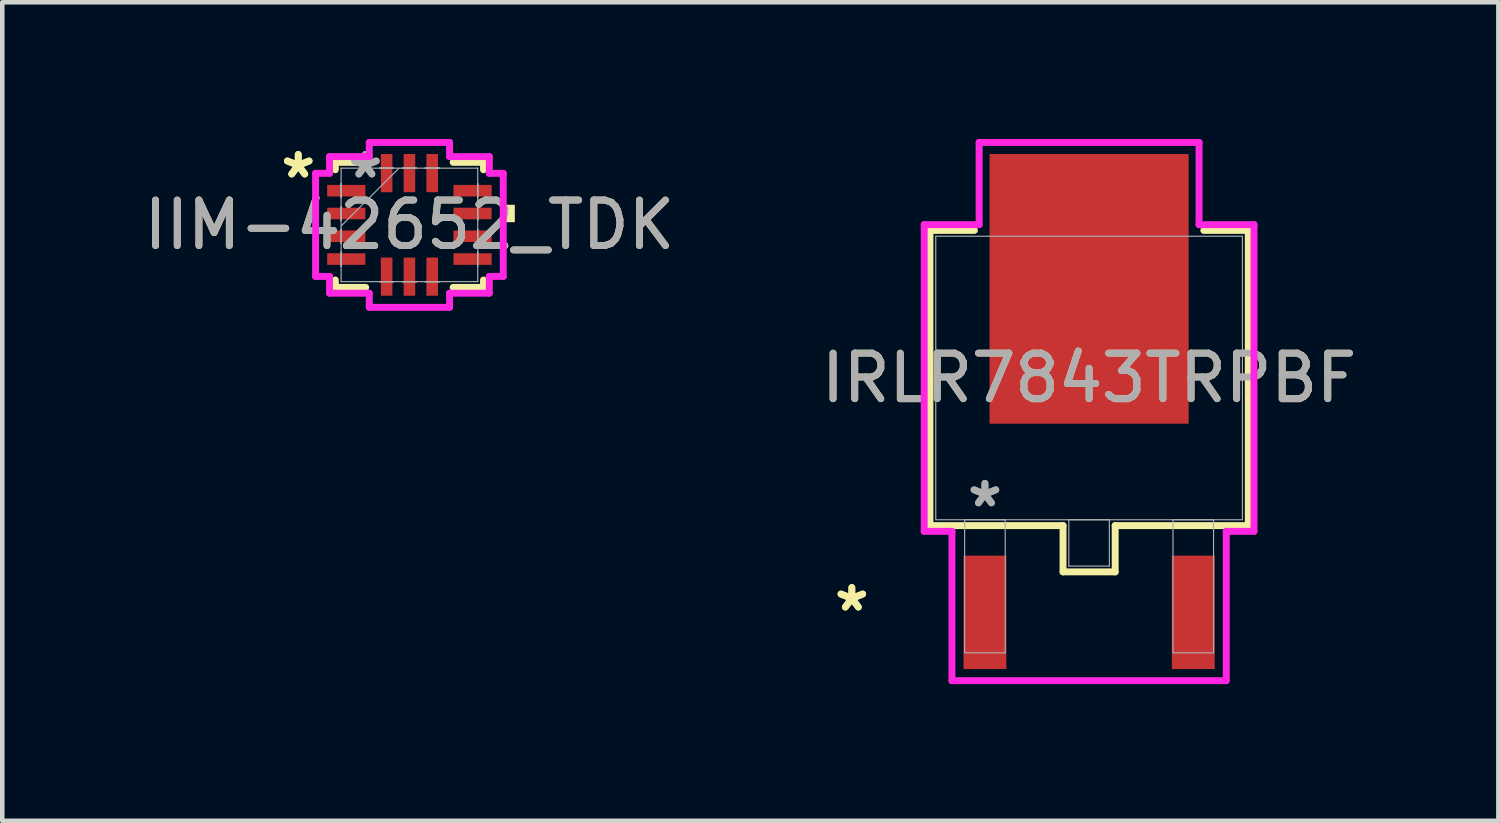
<source format=kicad_pcb>
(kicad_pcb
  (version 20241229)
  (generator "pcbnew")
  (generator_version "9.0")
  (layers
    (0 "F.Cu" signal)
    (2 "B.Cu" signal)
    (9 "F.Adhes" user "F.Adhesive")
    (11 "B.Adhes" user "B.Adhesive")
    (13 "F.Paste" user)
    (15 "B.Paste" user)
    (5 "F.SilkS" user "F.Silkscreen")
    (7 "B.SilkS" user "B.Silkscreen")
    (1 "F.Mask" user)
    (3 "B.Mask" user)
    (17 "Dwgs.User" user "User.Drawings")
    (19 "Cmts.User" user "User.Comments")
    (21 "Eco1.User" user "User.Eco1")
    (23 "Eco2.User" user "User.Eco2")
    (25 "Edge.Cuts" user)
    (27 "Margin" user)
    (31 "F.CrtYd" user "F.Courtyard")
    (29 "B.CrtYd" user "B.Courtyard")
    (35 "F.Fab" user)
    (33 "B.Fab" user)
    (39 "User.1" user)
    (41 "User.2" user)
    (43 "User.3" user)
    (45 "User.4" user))
  (footprint "IIM-42652_TDK"
    (layer "F.Cu")
    (at 5.935 1.885)
    (property "Reference" "IIM-42652_TDK" (at 0 0 0) (unlocked yes) (layer "F.SilkS") (effects (font (size 1 1) (thickness 0.15))))
    (attr smd)
    (fp_line (start -1.626 -1.372) (end -1.626 -1.21) (stroke (width 0.152) (type solid)) (layer "F.SilkS"))
    (fp_line (start -1.626 1.21) (end -1.626 1.372) (stroke (width 0.152) (type solid)) (layer "F.SilkS"))
    (fp_line (start -1.626 1.372) (end -0.96 1.372) (stroke (width 0.152) (type solid)) (layer "F.SilkS"))
    (fp_line (start -0.96 -1.372) (end -1.626 -1.372) (stroke (width 0.152) (type solid)) (layer "F.SilkS"))
    (fp_line (start 0.96 1.372) (end 1.626 1.372) (stroke (width 0.152) (type solid)) (layer "F.SilkS"))
    (fp_line (start 1.626 -1.372) (end 0.96 -1.372) (stroke (width 0.152) (type solid)) (layer "F.SilkS"))
    (fp_line (start 1.626 -1.21) (end 1.626 -1.372) (stroke (width 0.152) (type solid)) (layer "F.SilkS"))
    (fp_line (start 1.626 1.372) (end 1.626 1.21) (stroke (width 0.152) (type solid)) (layer "F.SilkS"))
    (fp_poly (pts (xy 2.313 -0.441) (xy 2.313 -0.059) (xy 2.059 -0.059) (xy 2.059 -0.441)) (stroke (width 0) (type solid)) (fill yes) (layer "F.SilkS"))
    (fp_line (start -2.059 -1.131) (end -1.753 -1.131) (stroke (width 0.152) (type solid)) (layer "F.CrtYd"))
    (fp_line (start -2.059 1.131) (end -2.059 -1.131) (stroke (width 0.152) (type solid)) (layer "F.CrtYd"))
    (fp_line (start -1.753 -1.499) (end -0.881 -1.499) (stroke (width 0.152) (type solid)) (layer "F.CrtYd"))
    (fp_line (start -1.753 -1.131) (end -1.753 -1.499) (stroke (width 0.152) (type solid)) (layer "F.CrtYd"))
    (fp_line (start -1.753 1.131) (end -2.059 1.131) (stroke (width 0.152) (type solid)) (layer "F.CrtYd"))
    (fp_line (start -1.753 1.499) (end -1.753 1.131) (stroke (width 0.152) (type solid)) (layer "F.CrtYd"))
    (fp_line (start -0.881 -1.809) (end 0.881 -1.809) (stroke (width 0.152) (type solid)) (layer "F.CrtYd"))
    (fp_line (start -0.881 -1.499) (end -0.881 -1.809) (stroke (width 0.152) (type solid)) (layer "F.CrtYd"))
    (fp_line (start -0.881 1.499) (end -1.753 1.499) (stroke (width 0.152) (type solid)) (layer "F.CrtYd"))
    (fp_line (start -0.881 1.809) (end -0.881 1.499) (stroke (width 0.152) (type solid)) (layer "F.CrtYd"))
    (fp_line (start 0.881 -1.809) (end 0.881 -1.499) (stroke (width 0.152) (type solid)) (layer "F.CrtYd"))
    (fp_line (start 0.881 -1.499) (end 1.753 -1.499) (stroke (width 0.152) (type solid)) (layer "F.CrtYd"))
    (fp_line (start 0.881 1.499) (end 0.881 1.809) (stroke (width 0.152) (type solid)) (layer "F.CrtYd"))
    (fp_line (start 0.881 1.809) (end -0.881 1.809) (stroke (width 0.152) (type solid)) (layer "F.CrtYd"))
    (fp_line (start 1.753 -1.499) (end 1.753 -1.131) (stroke (width 0.152) (type solid)) (layer "F.CrtYd"))
    (fp_line (start 1.753 -1.131) (end 2.059 -1.131) (stroke (width 0.152) (type solid)) (layer "F.CrtYd"))
    (fp_line (start 1.753 1.131) (end 1.753 1.499) (stroke (width 0.152) (type solid)) (layer "F.CrtYd"))
    (fp_line (start 1.753 1.499) (end 0.881 1.499) (stroke (width 0.152) (type solid)) (layer "F.CrtYd"))
    (fp_line (start 2.059 -1.131) (end 2.059 1.131) (stroke (width 0.152) (type solid)) (layer "F.CrtYd"))
    (fp_line (start 2.059 1.131) (end 1.753 1.131) (stroke (width 0.152) (type solid)) (layer "F.CrtYd"))
    (fp_line (start -1.5 -0.902) (end -1.5 -0.598) (stroke (width 0.025) (type solid)) (layer "F.Fab"))
    (fp_line (start -1.5 -0.598) (end -1.499 -0.598) (stroke (width 0.025) (type solid)) (layer "F.Fab"))
    (fp_line (start -1.5 -0.402) (end -1.5 -0.098) (stroke (width 0.025) (type solid)) (layer "F.Fab"))
    (fp_line (start -1.5 -0.098) (end -1.499 -0.098) (stroke (width 0.025) (type solid)) (layer "F.Fab"))
    (fp_line (start -1.5 0.098) (end -1.5 0.402) (stroke (width 0.025) (type solid)) (layer "F.Fab"))
    (fp_line (start -1.5 0.402) (end -1.499 0.402) (stroke (width 0.025) (type solid)) (layer "F.Fab"))
    (fp_line (start -1.5 0.598) (end -1.5 0.902) (stroke (width 0.025) (type solid)) (layer "F.Fab"))
    (fp_line (start -1.5 0.902) (end -1.499 0.902) (stroke (width 0.025) (type solid)) (layer "F.Fab"))
    (fp_line (start -1.499 -1.245) (end -1.499 -1.245) (stroke (width 0.025) (type solid)) (layer "F.Fab"))
    (fp_line (start -1.499 -1.245) (end -1.499 1.245) (stroke (width 0.025) (type solid)) (layer "F.Fab"))
    (fp_line (start -1.499 -0.902) (end -1.5 -0.902) (stroke (width 0.025) (type solid)) (layer "F.Fab"))
    (fp_line (start -1.499 -0.598) (end -1.499 -0.902) (stroke (width 0.025) (type solid)) (layer "F.Fab"))
    (fp_line (start -1.499 -0.402) (end -1.5 -0.402) (stroke (width 0.025) (type solid)) (layer "F.Fab"))
    (fp_line (start -1.499 -0.098) (end -1.499 -0.402) (stroke (width 0.025) (type solid)) (layer "F.Fab"))
    (fp_line (start -1.499 0.025) (end -0.229 -1.245) (stroke (width 0.025) (type solid)) (layer "F.Fab"))
    (fp_line (start -1.499 0.098) (end -1.5 0.098) (stroke (width 0.025) (type solid)) (layer "F.Fab"))
    (fp_line (start -1.499 0.402) (end -1.499 0.098) (stroke (width 0.025) (type solid)) (layer "F.Fab"))
    (fp_line (start -1.499 0.598) (end -1.5 0.598) (stroke (width 0.025) (type solid)) (layer "F.Fab"))
    (fp_line (start -1.499 0.902) (end -1.499 0.598) (stroke (width 0.025) (type solid)) (layer "F.Fab"))
    (fp_line (start -1.499 1.245) (end -1.499 1.245) (stroke (width 0.025) (type solid)) (layer "F.Fab"))
    (fp_line (start -1.499 1.245) (end 1.499 1.245) (stroke (width 0.025) (type solid)) (layer "F.Fab"))
    (fp_line (start -0.652 -1.25) (end -0.652 -1.245) (stroke (width 0.025) (type solid)) (layer "F.Fab"))
    (fp_line (start -0.652 -1.245) (end -0.348 -1.245) (stroke (width 0.025) (type solid)) (layer "F.Fab"))
    (fp_line (start -0.652 1.245) (end -0.652 1.25) (stroke (width 0.025) (type solid)) (layer "F.Fab"))
    (fp_line (start -0.652 1.25) (end -0.348 1.25) (stroke (width 0.025) (type solid)) (layer "F.Fab"))
    (fp_line (start -0.348 -1.25) (end -0.652 -1.25) (stroke (width 0.025) (type solid)) (layer "F.Fab"))
    (fp_line (start -0.348 -1.245) (end -0.348 -1.25) (stroke (width 0.025) (type solid)) (layer "F.Fab"))
    (fp_line (start -0.348 1.245) (end -0.652 1.245) (stroke (width 0.025) (type solid)) (layer "F.Fab"))
    (fp_line (start -0.348 1.25) (end -0.348 1.245) (stroke (width 0.025) (type solid)) (layer "F.Fab"))
    (fp_line (start -0.152 -1.25) (end -0.152 -1.245) (stroke (width 0.025) (type solid)) (layer "F.Fab"))
    (fp_line (start -0.152 -1.245) (end 0.152 -1.245) (stroke (width 0.025) (type solid)) (layer "F.Fab"))
    (fp_line (start -0.152 1.245) (end -0.152 1.25) (stroke (width 0.025) (type solid)) (layer "F.Fab"))
    (fp_line (start -0.152 1.25) (end 0.152 1.25) (stroke (width 0.025) (type solid)) (layer "F.Fab"))
    (fp_line (start 0.152 -1.25) (end -0.152 -1.25) (stroke (width 0.025) (type solid)) (layer "F.Fab"))
    (fp_line (start 0.152 -1.245) (end 0.152 -1.25) (stroke (width 0.025) (type solid)) (layer "F.Fab"))
    (fp_line (start 0.152 1.245) (end -0.152 1.245) (stroke (width 0.025) (type solid)) (layer "F.Fab"))
    (fp_line (start 0.152 1.25) (end 0.152 1.245) (stroke (width 0.025) (type solid)) (layer "F.Fab"))
    (fp_line (start 0.348 -1.25) (end 0.348 -1.245) (stroke (width 0.025) (type solid)) (layer "F.Fab"))
    (fp_line (start 0.348 -1.245) (end 0.652 -1.245) (stroke (width 0.025) (type solid)) (layer "F.Fab"))
    (fp_line (start 0.348 1.245) (end 0.348 1.25) (stroke (width 0.025) (type solid)) (layer "F.Fab"))
    (fp_line (start 0.348 1.25) (end 0.652 1.25) (stroke (width 0.025) (type solid)) (layer "F.Fab"))
    (fp_line (start 0.652 -1.25) (end 0.348 -1.25) (stroke (width 0.025) (type solid)) (layer "F.Fab"))
    (fp_line (start 0.652 -1.245) (end 0.652 -1.25) (stroke (width 0.025) (type solid)) (layer "F.Fab"))
    (fp_line (start 0.652 1.245) (end 0.348 1.245) (stroke (width 0.025) (type solid)) (layer "F.Fab"))
    (fp_line (start 0.652 1.25) (end 0.652 1.245) (stroke (width 0.025) (type solid)) (layer "F.Fab"))
    (fp_line (start 1.499 -1.245) (end -1.499 -1.245) (stroke (width 0.025) (type solid)) (layer "F.Fab"))
    (fp_line (start 1.499 -1.245) (end 1.499 -1.245) (stroke (width 0.025) (type solid)) (layer "F.Fab"))
    (fp_line (start 1.499 -0.902) (end 1.499 -0.598) (stroke (width 0.025) (type solid)) (layer "F.Fab"))
    (fp_line (start 1.499 -0.598) (end 1.5 -0.598) (stroke (width 0.025) (type solid)) (layer "F.Fab"))
    (fp_line (start 1.499 -0.402) (end 1.499 -0.098) (stroke (width 0.025) (type solid)) (layer "F.Fab"))
    (fp_line (start 1.499 -0.098) (end 1.5 -0.098) (stroke (width 0.025) (type solid)) (layer "F.Fab"))
    (fp_line (start 1.499 0.098) (end 1.499 0.402) (stroke (width 0.025) (type solid)) (layer "F.Fab"))
    (fp_line (start 1.499 0.402) (end 1.5 0.402) (stroke (width 0.025) (type solid)) (layer "F.Fab"))
    (fp_line (start 1.499 0.598) (end 1.499 0.902) (stroke (width 0.025) (type solid)) (layer "F.Fab"))
    (fp_line (start 1.499 0.902) (end 1.5 0.902) (stroke (width 0.025) (type solid)) (layer "F.Fab"))
    (fp_line (start 1.499 1.245) (end 1.499 -1.245) (stroke (width 0.025) (type solid)) (layer "F.Fab"))
    (fp_line (start 1.499 1.245) (end 1.499 1.245) (stroke (width 0.025) (type solid)) (layer "F.Fab"))
    (fp_line (start 1.5 -0.902) (end 1.499 -0.902) (stroke (width 0.025) (type solid)) (layer "F.Fab"))
    (fp_line (start 1.5 -0.598) (end 1.5 -0.902) (stroke (width 0.025) (type solid)) (layer "F.Fab"))
    (fp_line (start 1.5 -0.402) (end 1.499 -0.402) (stroke (width 0.025) (type solid)) (layer "F.Fab"))
    (fp_line (start 1.5 -0.098) (end 1.5 -0.402) (stroke (width 0.025) (type solid)) (layer "F.Fab"))
    (fp_line (start 1.5 0.098) (end 1.499 0.098) (stroke (width 0.025) (type solid)) (layer "F.Fab"))
    (fp_line (start 1.5 0.402) (end 1.5 0.098) (stroke (width 0.025) (type solid)) (layer "F.Fab"))
    (fp_line (start 1.5 0.598) (end 1.499 0.598) (stroke (width 0.025) (type solid)) (layer "F.Fab"))
    (fp_line (start 1.5 0.902) (end 1.5 0.598) (stroke (width 0.025) (type solid)) (layer "F.Fab"))
    (fp_text user "*" (at -2.44 -1 0) (layer "F.SilkS") (effects (font (size 1 1) (thickness 0.15))))
    (fp_text user "*" (at -2.44 -1 0) (unlocked yes) (layer "F.SilkS") (effects (font (size 1 1) (thickness 0.15))))
    (fp_text user "${REFERENCE}" (at 0 0 0) (unlocked yes) (layer "F.Fab") (effects (font (size 1 1) (thickness 0.15))))
    (fp_text user "*" (at -0.967 -1 0) (layer "F.Fab") (effects (font (size 1 1) (thickness 0.15))))
    (fp_text user "*" (at -0.967 -1 0) (unlocked yes) (layer "F.Fab") (effects (font (size 1 1) (thickness 0.15))))
    (pad "1" smd rect (at -1.386 -0.75 90) (size 0.254 0.838) (layers "F.Cu" "F.Mask" "F.Paste"))
    (pad "2" smd rect (at -1.386 -0.25 90) (size 0.254 0.838) (layers "F.Cu" "F.Mask" "F.Paste"))
    (pad "3" smd rect (at -1.386 0.25 90) (size 0.254 0.838) (layers "F.Cu" "F.Mask" "F.Paste"))
    (pad "4" smd rect (at -1.386 0.75 90) (size 0.254 0.838) (layers "F.Cu" "F.Mask" "F.Paste"))
    (pad "5" smd rect (at -0.5 1.136) (size 0.254 0.838) (layers "F.Cu" "F.Mask" "F.Paste"))
    (pad "6" smd rect (at 0 1.136) (size 0.254 0.838) (layers "F.Cu" "F.Mask" "F.Paste"))
    (pad "7" smd rect (at 0.5 1.136) (size 0.254 0.838) (layers "F.Cu" "F.Mask" "F.Paste"))
    (pad "8" smd rect (at 1.386 0.75 90) (size 0.254 0.838) (layers "F.Cu" "F.Mask" "F.Paste"))
    (pad "9" smd rect (at 1.386 0.25 90) (size 0.254 0.838) (layers "F.Cu" "F.Mask" "F.Paste"))
    (pad "10" smd rect (at 1.386 -0.25 90) (size 0.254 0.838) (layers "F.Cu" "F.Mask" "F.Paste"))
    (pad "11" smd rect (at 1.386 -0.75 90) (size 0.254 0.838) (layers "F.Cu" "F.Mask" "F.Paste"))
    (pad "12" smd rect (at 0.5 -1.136) (size 0.254 0.838) (layers "F.Cu" "F.Mask" "F.Paste"))
    (pad "13" smd rect (at 0 -1.136) (size 0.254 0.838) (layers "F.Cu" "F.Mask" "F.Paste"))
    (pad "14" smd rect (at -0.5 -1.136) (size 0.254 0.838) (layers "F.Cu" "F.Mask" "F.Paste")))
  (footprint "IRLR7843TRPBF"
    (layer "F.Cu")
    (at 20.851 5.245)
    (property "Reference" "IRLR7843TRPBF" (at 0 0 0) (unlocked yes) (layer "F.SilkS") (effects (font (size 1 1) (thickness 0.15))))
    (attr smd)
    (fp_line (start -3.493 -3.239) (end -3.493 3.239) (stroke (width 0.152) (type solid)) (layer "F.SilkS"))
    (fp_line (start -3.493 3.239) (end -0.572 3.239) (stroke (width 0.152) (type solid)) (layer "F.SilkS"))
    (fp_line (start -2.517 -3.239) (end -3.493 -3.239) (stroke (width 0.152) (type solid)) (layer "F.SilkS"))
    (fp_line (start -0.572 3.239) (end -0.572 4.255) (stroke (width 0.152) (type solid)) (layer "F.SilkS"))
    (fp_line (start -0.572 4.255) (end 0.572 4.255) (stroke (width 0.152) (type solid)) (layer "F.SilkS"))
    (fp_line (start 0.572 3.239) (end 3.493 3.239) (stroke (width 0.152) (type solid)) (layer "F.SilkS"))
    (fp_line (start 0.572 4.255) (end 0.572 3.239) (stroke (width 0.152) (type solid)) (layer "F.SilkS"))
    (fp_line (start 3.493 -3.239) (end 2.517 -3.239) (stroke (width 0.152) (type solid)) (layer "F.SilkS"))
    (fp_line (start 3.493 3.239) (end 3.493 -3.239) (stroke (width 0.152) (type solid)) (layer "F.SilkS"))
    (fp_line (start -3.619 -3.365) (end -2.413 -3.365) (stroke (width 0.152) (type solid)) (layer "F.CrtYd"))
    (fp_line (start -3.619 3.365) (end -3.619 -3.365) (stroke (width 0.152) (type solid)) (layer "F.CrtYd"))
    (fp_line (start -3.01 3.365) (end -3.619 3.365) (stroke (width 0.152) (type solid)) (layer "F.CrtYd"))
    (fp_line (start -3.01 6.642) (end -3.01 3.365) (stroke (width 0.152) (type solid)) (layer "F.CrtYd"))
    (fp_line (start -2.413 -5.169) (end 2.413 -5.169) (stroke (width 0.152) (type solid)) (layer "F.CrtYd"))
    (fp_line (start -2.413 -3.365) (end -2.413 -5.169) (stroke (width 0.152) (type solid)) (layer "F.CrtYd"))
    (fp_line (start 2.413 -5.169) (end 2.413 -3.365) (stroke (width 0.152) (type solid)) (layer "F.CrtYd"))
    (fp_line (start 2.413 -3.365) (end 3.619 -3.365) (stroke (width 0.152) (type solid)) (layer "F.CrtYd"))
    (fp_line (start 3.01 3.365) (end 3.01 6.642) (stroke (width 0.152) (type solid)) (layer "F.CrtYd"))
    (fp_line (start 3.01 6.642) (end -3.01 6.642) (stroke (width 0.152) (type solid)) (layer "F.CrtYd"))
    (fp_line (start 3.619 -3.365) (end 3.619 3.365) (stroke (width 0.152) (type solid)) (layer "F.CrtYd"))
    (fp_line (start 3.619 3.365) (end 3.01 3.365) (stroke (width 0.152) (type solid)) (layer "F.CrtYd"))
    (fp_line (start -3.365 -3.111) (end -3.365 3.111) (stroke (width 0.025) (type solid)) (layer "F.Fab"))
    (fp_line (start -3.365 3.111) (end 3.365 3.111) (stroke (width 0.025) (type solid)) (layer "F.Fab"))
    (fp_line (start -2.731 3.111) (end -2.731 6.032) (stroke (width 0.025) (type solid)) (layer "F.Fab"))
    (fp_line (start -2.731 6.032) (end -1.841 6.032) (stroke (width 0.025) (type solid)) (layer "F.Fab"))
    (fp_line (start -1.841 3.111) (end -2.731 3.111) (stroke (width 0.025) (type solid)) (layer "F.Fab"))
    (fp_line (start -1.841 6.032) (end -1.841 3.111) (stroke (width 0.025) (type solid)) (layer "F.Fab"))
    (fp_line (start -0.445 3.111) (end -0.445 4.128) (stroke (width 0.025) (type solid)) (layer "F.Fab"))
    (fp_line (start -0.445 4.128) (end 0.445 4.128) (stroke (width 0.025) (type solid)) (layer "F.Fab"))
    (fp_line (start 0.445 3.111) (end -0.445 3.111) (stroke (width 0.025) (type solid)) (layer "F.Fab"))
    (fp_line (start 0.445 4.128) (end 0.445 3.111) (stroke (width 0.025) (type solid)) (layer "F.Fab"))
    (fp_line (start 1.841 3.111) (end 1.841 6.032) (stroke (width 0.025) (type solid)) (layer "F.Fab"))
    (fp_line (start 1.841 6.032) (end 2.731 6.032) (stroke (width 0.025) (type solid)) (layer "F.Fab"))
    (fp_line (start 2.731 3.111) (end 1.841 3.111) (stroke (width 0.025) (type solid)) (layer "F.Fab"))
    (fp_line (start 2.731 6.032) (end 2.731 3.111) (stroke (width 0.025) (type solid)) (layer "F.Fab"))
    (fp_line (start 3.365 -3.111) (end -3.365 -3.111) (stroke (width 0.025) (type solid)) (layer "F.Fab"))
    (fp_line (start 3.365 3.111) (end 3.365 -3.111) (stroke (width 0.025) (type solid)) (layer "F.Fab"))
    (fp_text user "*" (at -5.207 5.144 0) (layer "F.SilkS") (effects (font (size 1 1) (thickness 0.15))))
    (fp_text user "*" (at -5.207 5.144 0) (unlocked yes) (layer "F.SilkS") (effects (font (size 1 1) (thickness 0.15))))
    (fp_text user "*" (at -2.286 2.857 0) (layer "F.Fab") (effects (font (size 1 1) (thickness 0.15))))
    (fp_text user "${REFERENCE}" (at 0 0 0) (unlocked yes) (layer "F.Fab") (effects (font (size 1 1) (thickness 0.15))))
    (fp_text user "*" (at -2.286 2.857 0) (unlocked yes) (layer "F.Fab") (effects (font (size 1 1) (thickness 0.15))))
    (pad "1" smd rect (at -2.286 5.144) (size 0.94 2.489) (layers "F.Cu" "F.Mask" "F.Paste"))
    (pad "2" smd rect (at 2.286 5.144) (size 0.94 2.489) (layers "F.Cu" "F.Mask" "F.Paste"))
    (pad "3" smd rect (at 0 -1.956) (size 4.369 5.918) (layers "F.Cu" "F.Mask" "F.Paste")))
  (gr_rect
    (start -3 -3)
    (end 29.833 14.963)
    (stroke (width 0.1) (type default))
    (fill no)
    (layer "Edge.Cuts")))
</source>
